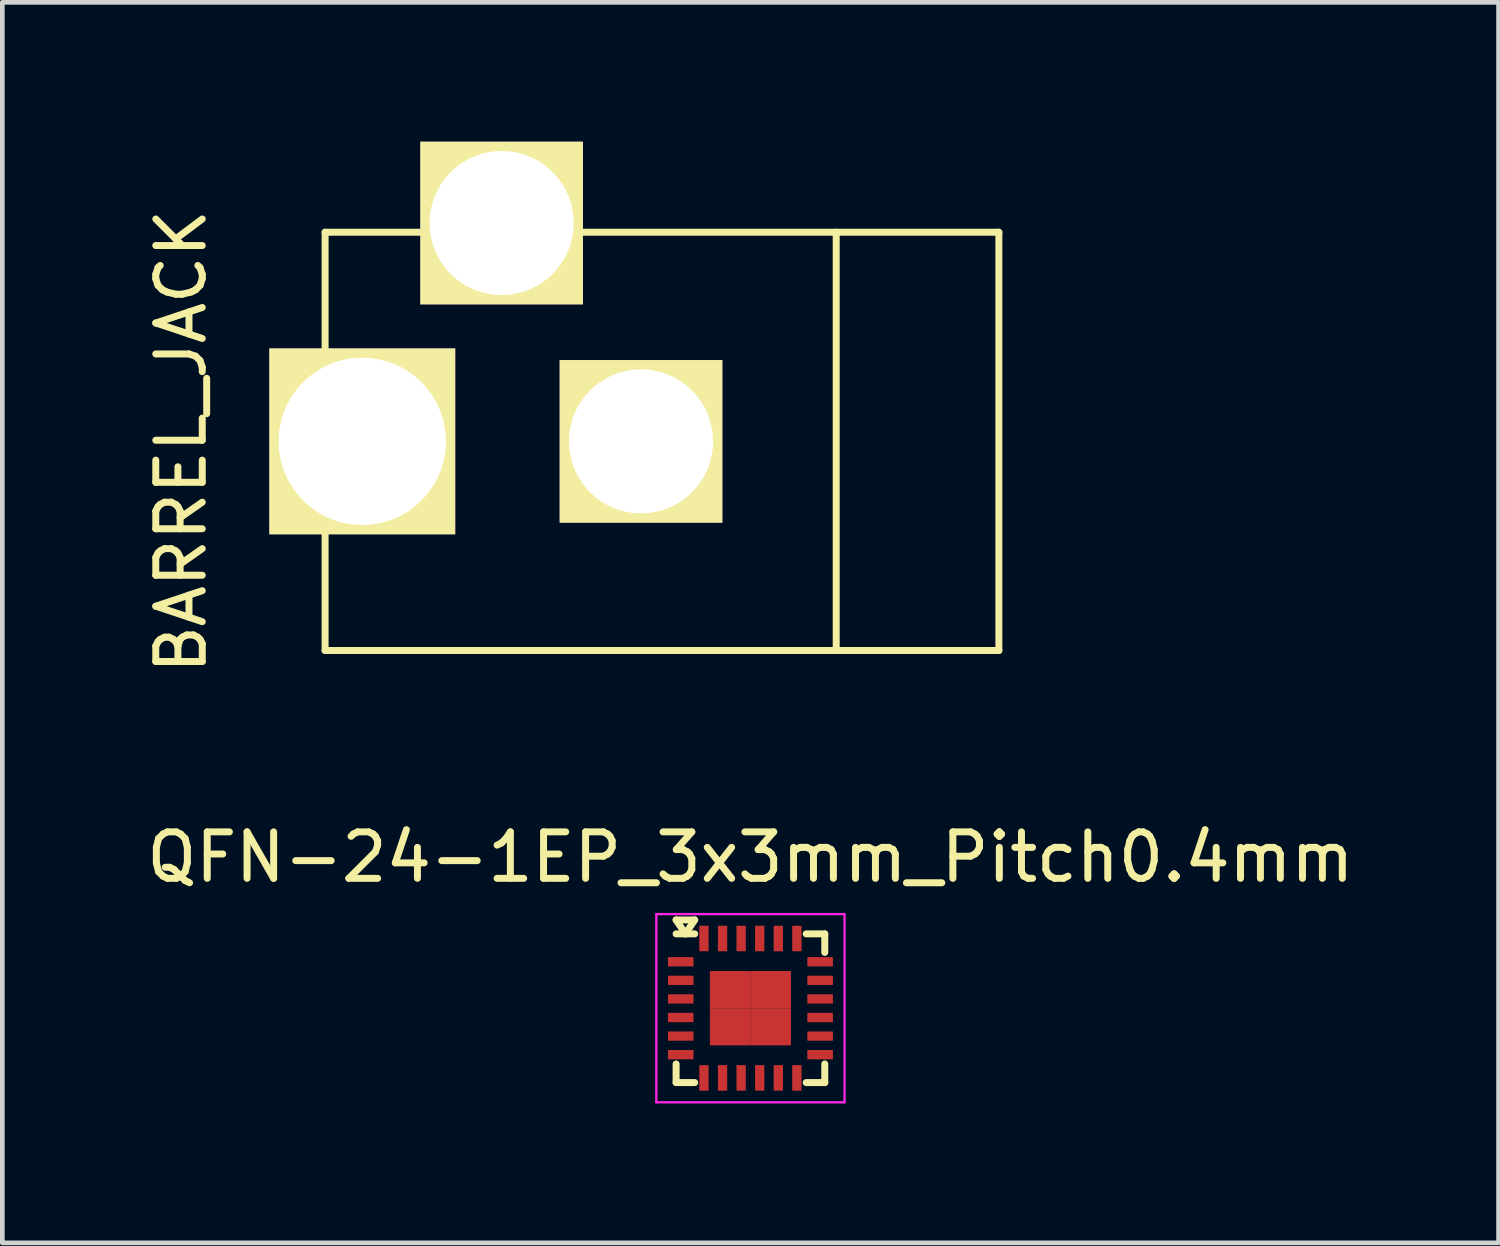
<source format=kicad_pcb>
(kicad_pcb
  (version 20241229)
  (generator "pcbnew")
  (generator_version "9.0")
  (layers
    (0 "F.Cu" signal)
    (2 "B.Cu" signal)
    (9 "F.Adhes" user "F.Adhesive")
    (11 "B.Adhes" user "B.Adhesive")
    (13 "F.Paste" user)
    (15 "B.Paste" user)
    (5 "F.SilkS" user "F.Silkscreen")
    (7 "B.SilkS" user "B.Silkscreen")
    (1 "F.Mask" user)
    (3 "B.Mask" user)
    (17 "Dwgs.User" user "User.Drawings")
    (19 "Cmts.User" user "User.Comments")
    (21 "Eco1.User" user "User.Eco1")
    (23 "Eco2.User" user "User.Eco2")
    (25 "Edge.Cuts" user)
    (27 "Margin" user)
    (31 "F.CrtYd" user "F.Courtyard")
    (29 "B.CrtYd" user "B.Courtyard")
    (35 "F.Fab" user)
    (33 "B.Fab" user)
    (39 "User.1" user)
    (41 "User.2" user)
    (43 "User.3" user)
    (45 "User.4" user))
  (footprint "BARREL_JACK"
    (layer "F.Cu")
    (at 7.747 6.449)
    (property "Reference" "BARREL_JACK" (at -6.899 0 270) (layer "F.SilkS") (effects (font (size 1 1) (thickness 0.15))))
    (attr through_hole)
    (fp_line (start -3.8 -4.501) (end 10.701 -4.501) (stroke (width 0.15) (type solid)) (layer "F.SilkS"))
    (fp_line (start -3.8 4.501) (end -3.8 -4.501) (stroke (width 0.15) (type solid)) (layer "F.SilkS"))
    (fp_line (start 7.2 -4.501) (end 7.2 4.501) (stroke (width 0.15) (type solid)) (layer "F.SilkS"))
    (fp_line (start 10.701 -4.501) (end 10.701 4.501) (stroke (width 0.15) (type solid)) (layer "F.SilkS"))
    (fp_line (start 10.701 4.501) (end -3.8 4.501) (stroke (width 0.15) (type solid)) (layer "F.SilkS"))
    (pad "1" thru_hole rect (at -3 0 180) (size 4 4) (drill 3.6) (layers "*.Cu" "*.Mask" "F.SilkS"))
    (pad "2" thru_hole rect (at 2.999 0 180) (size 3.5 3.5) (drill 3.1) (layers "*.Cu" "*.Mask" "F.SilkS"))
    (pad "3" thru_hole rect (at -0.0004 -4.699 180) (size 3.5 3.5) (drill 3.1) (layers "*.Cu" "*.Mask" "F.SilkS")))
  (footprint "QFN-24-1EP_3x3mm_Pitch0.4mm"
    (layer "F.Cu")
    (at 13.101 18.649)
    (property "Reference" "QFN-24-1EP_3x3mm_Pitch0.4mm" (at 0 -3.25 0) (layer "F.SilkS") (effects (font (size 1 1) (thickness 0.15))))
    (attr smd)
    (fp_line (start -1.6 -1.9) (end -1.4 -1.6) (stroke (width 0.15) (type solid)) (layer "F.SilkS"))
    (fp_line (start -1.6 -1.6) (end -1.2 -1.6) (stroke (width 0.15) (type solid)) (layer "F.SilkS"))
    (fp_line (start -1.6 1.6) (end -1.6 1.2) (stroke (width 0.15) (type solid)) (layer "F.SilkS"))
    (fp_line (start -1.6 1.6) (end -1.2 1.6) (stroke (width 0.15) (type solid)) (layer "F.SilkS"))
    (fp_line (start -1.4 -1.6) (end -1.2 -1.9) (stroke (width 0.15) (type solid)) (layer "F.SilkS"))
    (fp_line (start -1.2 -1.9) (end -1.6 -1.9) (stroke (width 0.15) (type solid)) (layer "F.SilkS"))
    (fp_line (start 1.6 -1.6) (end 1.2 -1.6) (stroke (width 0.15) (type solid)) (layer "F.SilkS"))
    (fp_line (start 1.6 -1.6) (end 1.6 -1.2) (stroke (width 0.15) (type solid)) (layer "F.SilkS"))
    (fp_line (start 1.6 1.6) (end 1.2 1.6) (stroke (width 0.15) (type solid)) (layer "F.SilkS"))
    (fp_line (start 1.6 1.6) (end 1.6 1.2) (stroke (width 0.15) (type solid)) (layer "F.SilkS"))
    (fp_line (start -2.025 -2.025) (end 2.025 -2.025) (stroke (width 0.05) (type solid)) (layer "F.CrtYd"))
    (fp_line (start -2.025 2.025) (end -2.025 -2.025) (stroke (width 0.05) (type solid)) (layer "F.CrtYd"))
    (fp_line (start 2.025 -2.025) (end 2.025 2.025) (stroke (width 0.05) (type solid)) (layer "F.CrtYd"))
    (fp_line (start 2.025 2.025) (end -2.025 2.025) (stroke (width 0.05) (type solid)) (layer "F.CrtYd"))
    (pad "1" smd rect (at -1.5 -1) (size 0.55 0.2) (layers "F.Cu" "F.Mask" "F.Paste"))
    (pad "2" smd rect (at -1.5 -0.6) (size 0.55 0.2) (layers "F.Cu" "F.Mask" "F.Paste"))
    (pad "3" smd rect (at -1.5 -0.2) (size 0.55 0.2) (layers "F.Cu" "F.Mask" "F.Paste"))
    (pad "4" smd rect (at -1.5 0.2) (size 0.55 0.2) (layers "F.Cu" "F.Mask" "F.Paste"))
    (pad "5" smd rect (at -1.5 0.6) (size 0.55 0.2) (layers "F.Cu" "F.Mask" "F.Paste"))
    (pad "6" smd rect (at -1.5 1) (size 0.55 0.2) (layers "F.Cu" "F.Mask" "F.Paste"))
    (pad "7" smd rect (at -1 1.5 90) (size 0.55 0.2) (layers "F.Cu" "F.Mask" "F.Paste"))
    (pad "8" smd rect (at -0.6 1.5 90) (size 0.55 0.2) (layers "F.Cu" "F.Mask" "F.Paste"))
    (pad "9" smd rect (at -0.2 1.5 90) (size 0.55 0.2) (layers "F.Cu" "F.Mask" "F.Paste"))
    (pad "10" smd rect (at 0.2 1.5 90) (size 0.55 0.2) (layers "F.Cu" "F.Mask" "F.Paste"))
    (pad "11" smd rect (at 0.6 1.5 90) (size 0.55 0.2) (layers "F.Cu" "F.Mask" "F.Paste"))
    (pad "12" smd rect (at 1 1.5 90) (size 0.55 0.2) (layers "F.Cu" "F.Mask" "F.Paste"))
    (pad "13" smd rect (at 1.5 1) (size 0.55 0.2) (layers "F.Cu" "F.Mask" "F.Paste"))
    (pad "14" smd rect (at 1.5 0.6) (size 0.55 0.2) (layers "F.Cu" "F.Mask" "F.Paste"))
    (pad "15" smd rect (at 1.5 0.2) (size 0.55 0.2) (layers "F.Cu" "F.Mask" "F.Paste"))
    (pad "16" smd rect (at 1.5 -0.2) (size 0.55 0.2) (layers "F.Cu" "F.Mask" "F.Paste"))
    (pad "17" smd rect (at 1.5 -0.6) (size 0.55 0.2) (layers "F.Cu" "F.Mask" "F.Paste"))
    (pad "18" smd rect (at 1.5 -1) (size 0.55 0.2) (layers "F.Cu" "F.Mask" "F.Paste"))
    (pad "19" smd rect (at 1 -1.5 90) (size 0.55 0.2) (layers "F.Cu" "F.Mask" "F.Paste"))
    (pad "20" smd rect (at 0.6 -1.5 90) (size 0.55 0.2) (layers "F.Cu" "F.Mask" "F.Paste"))
    (pad "21" smd rect (at 0.2 -1.5 90) (size 0.55 0.2) (layers "F.Cu" "F.Mask" "F.Paste"))
    (pad "22" smd rect (at -0.2 -1.5 90) (size 0.55 0.2) (layers "F.Cu" "F.Mask" "F.Paste"))
    (pad "23" smd rect (at -0.6 -1.5 90) (size 0.55 0.2) (layers "F.Cu" "F.Mask" "F.Paste"))
    (pad "24" smd rect (at -1 -1.5 90) (size 0.55 0.2) (layers "F.Cu" "F.Mask" "F.Paste"))
    (pad "25" smd rect (at -0.435 -0.4) (size 0.875 0.8) (layers "F.Cu" "F.Mask" "F.Paste"))
    (pad "25" smd rect (at -0.435 0.4) (size 0.875 0.8) (layers "F.Cu" "F.Mask" "F.Paste"))
    (pad "25" smd rect (at 0.435 -0.4) (size 0.875 0.8) (layers "F.Cu" "F.Mask" "F.Paste"))
    (pad "25" smd rect (at 0.435 0.4) (size 0.875 0.8) (layers "F.Cu" "F.Mask" "F.Paste")))
  (gr_rect
    (start -3 -3)
    (end 29.202 23.699)
    (stroke (width 0.1) (type default))
    (fill no)
    (layer "Edge.Cuts")))
</source>
